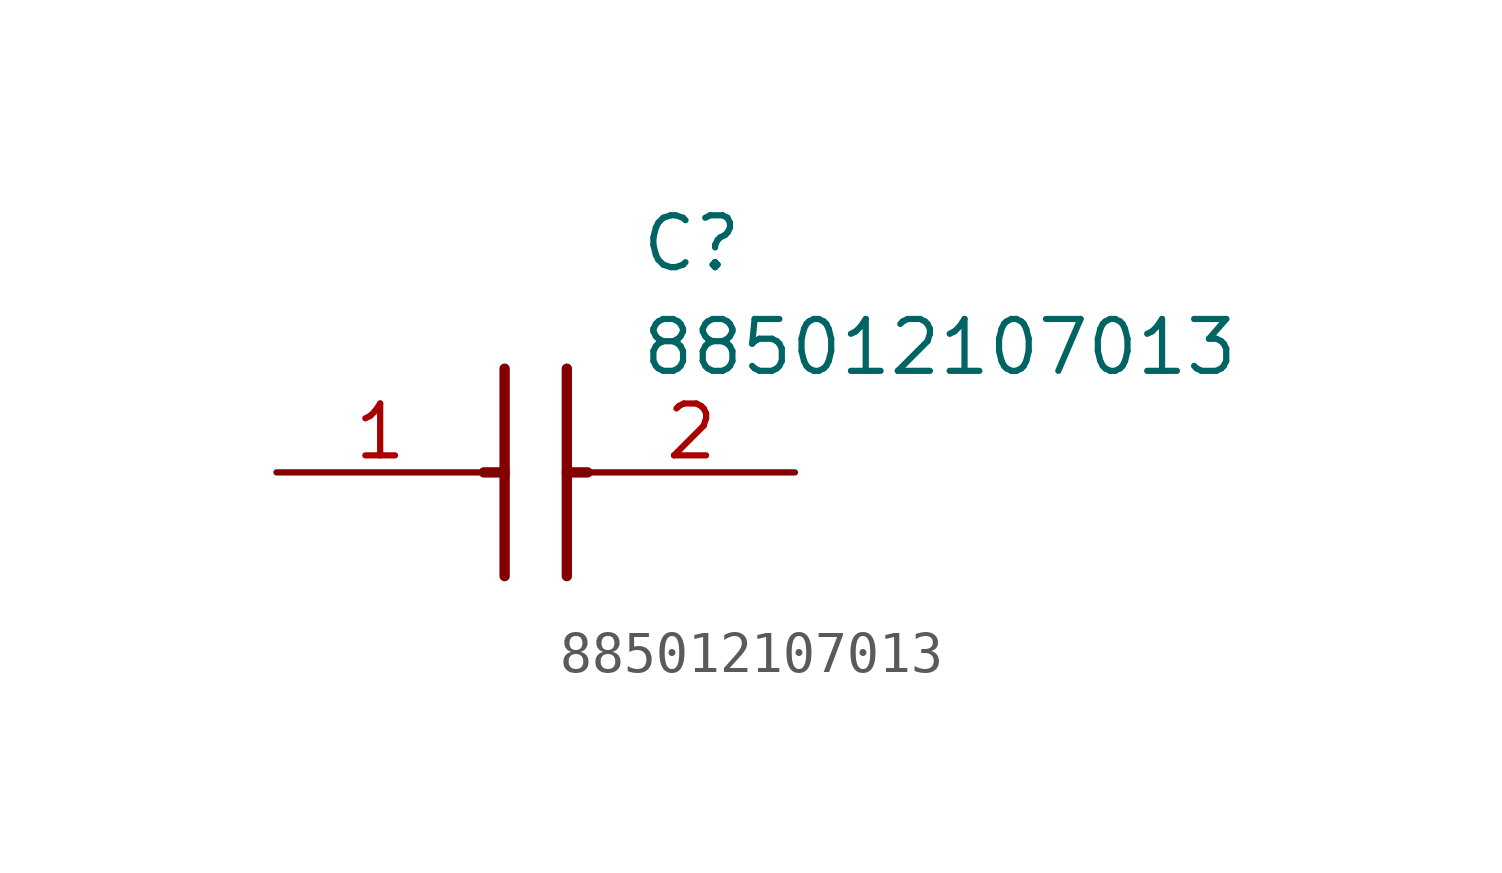
<source format=kicad_sym>
(kicad_symbol_lib
  (version 20211014)
  (generator SamacSys_ECAD_Model)
  (symbol "885012107013"
    (pin_names hide)
    (property "Reference" "C"
      (at 8.89 6.35 0)
      (effects (font (size 1.27 1.27)) (justify left top)))
    (property "Value" "885012107013"
      (at 8.89 3.81 0)
      (effects (font (size 1.27 1.27)) (justify left top)))
    (polyline
      (pts (xy 5.588 2.54) (xy 5.588 -2.54))
      (stroke (width 0.254) (type default))
      (fill (type none)))
    (polyline
      (pts (xy 7.112 2.54) (xy 7.112 -2.54))
      (stroke (width 0.254) (type default))
      (fill (type none)))
    (polyline
      (pts (xy 5.08 0) (xy 5.588 0))
      (stroke (width 0.254) (type default))
      (fill (type none)))
    (polyline
      (pts (xy 7.112 0) (xy 7.62 0))
      (stroke (width 0.254) (type default))
      (fill (type none)))
    (pin passive line
      (at 0 0 0)
      (length 5.08)
      (name "1" (effects (font (size 1.27 1.27))))
      (number "1" (effects (font (size 1.27 1.27)))))
    (pin passive line
      (at 12.7 0 180)
      (length 5.08)
      (name "2" (effects (font (size 1.27 1.27))))
      (number "2" (effects (font (size 1.27 1.27)))))))
</source>
